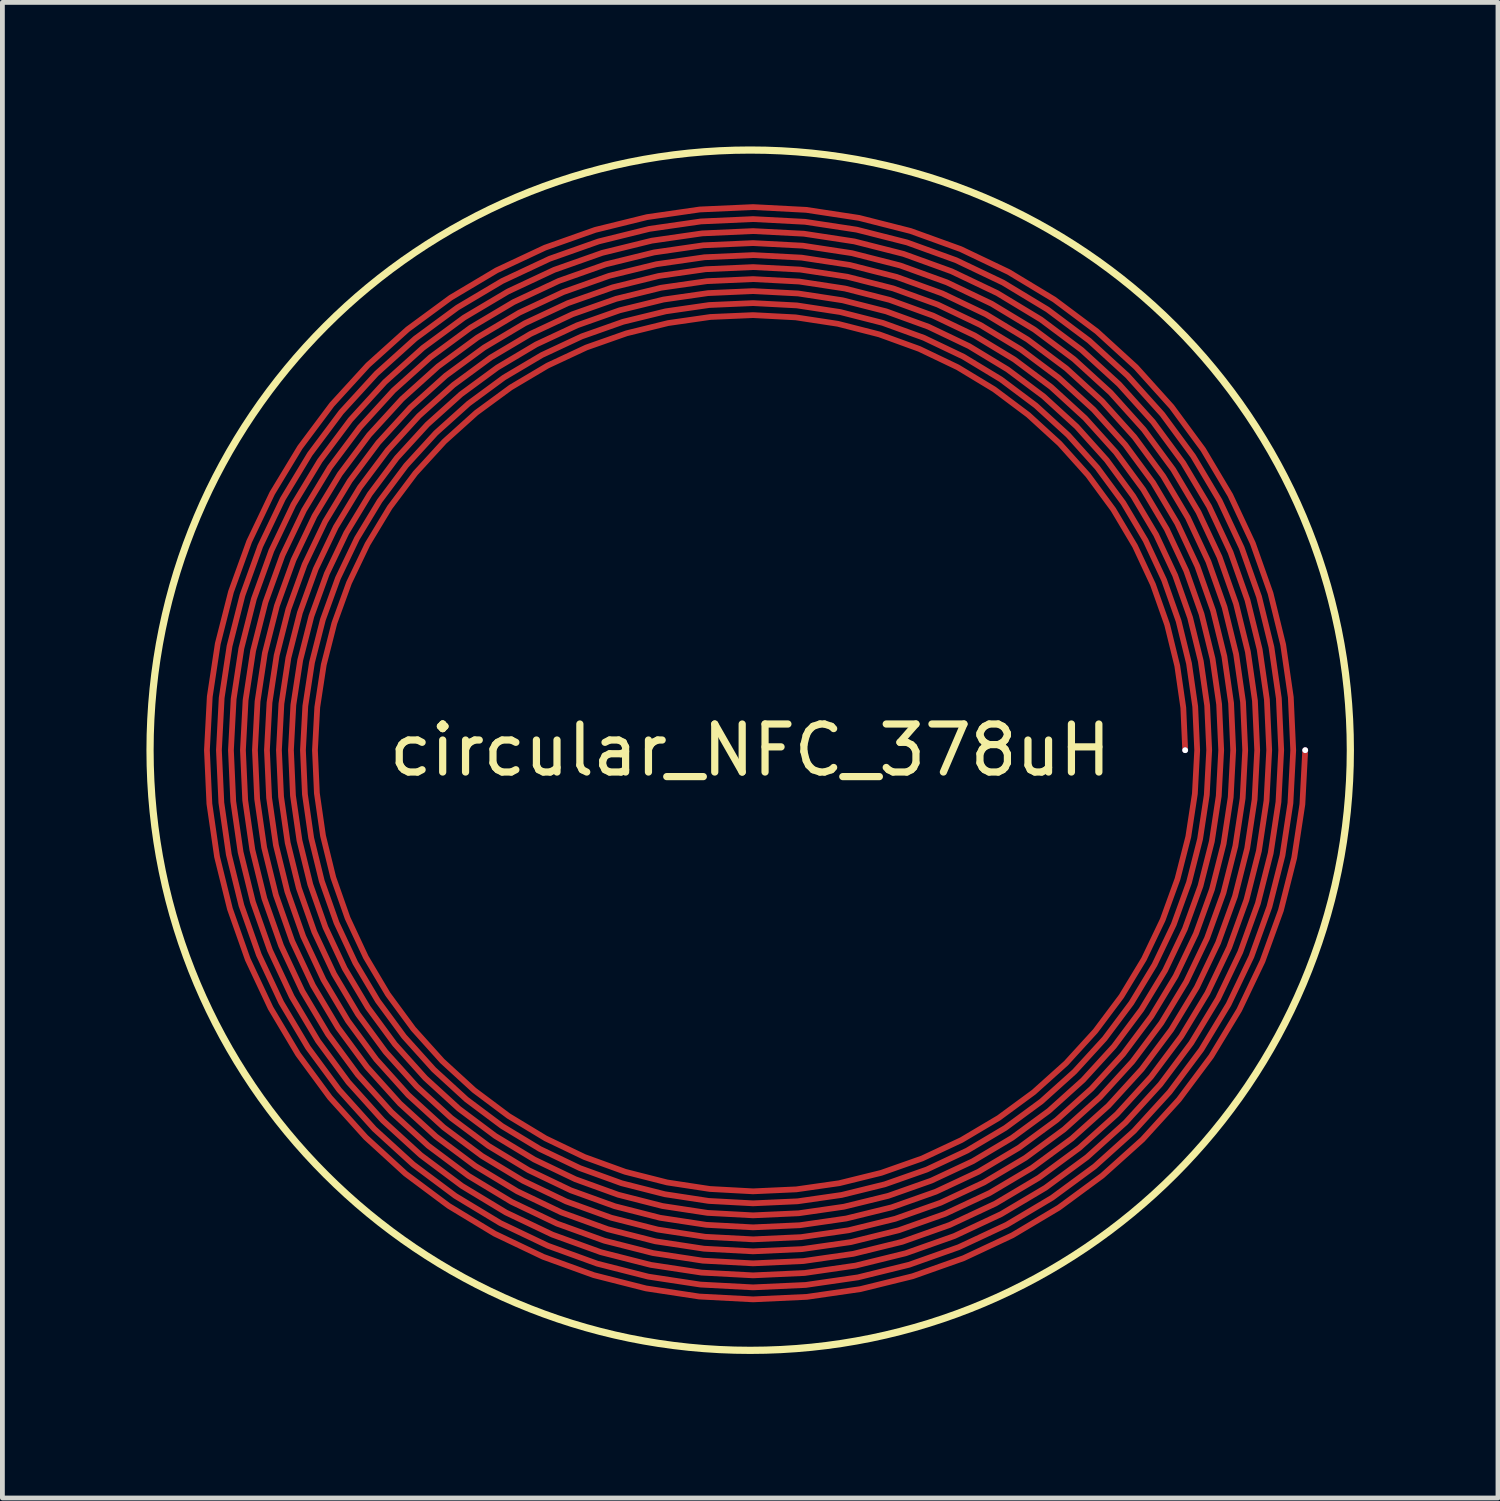
<source format=kicad_pcb>
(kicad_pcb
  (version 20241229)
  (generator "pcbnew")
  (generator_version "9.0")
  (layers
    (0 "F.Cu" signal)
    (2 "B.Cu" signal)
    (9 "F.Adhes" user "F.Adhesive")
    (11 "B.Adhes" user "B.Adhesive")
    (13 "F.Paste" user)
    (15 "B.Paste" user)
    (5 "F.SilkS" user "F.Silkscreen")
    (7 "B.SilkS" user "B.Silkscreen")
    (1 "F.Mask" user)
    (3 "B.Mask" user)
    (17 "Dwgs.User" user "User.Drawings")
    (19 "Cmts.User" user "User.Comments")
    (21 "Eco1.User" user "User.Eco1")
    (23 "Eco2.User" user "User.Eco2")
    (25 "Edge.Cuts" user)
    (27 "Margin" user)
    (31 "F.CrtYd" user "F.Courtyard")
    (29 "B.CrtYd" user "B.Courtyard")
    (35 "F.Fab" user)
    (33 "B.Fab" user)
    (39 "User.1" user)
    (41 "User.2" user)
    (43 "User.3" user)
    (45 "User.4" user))
  (footprint "circular_NFC_378uH"
    (layer "F.Cu")
    (at 12.575 1.075)
    (property "Reference" "circular_NFC_378uH" (at 0 11.5 0) (layer "F.SilkS") (effects (font (size 1 1) (thickness 0.15))))
    (attr through_hole)
    (fp_circle (center 0 11.5) (end 0 24) (stroke (width 0.15) (type solid)) (fill no) (layer "F.SilkS"))
    (pad "1" thru_hole circle (at 9.06 11.5) (size 0.12 0.12) (drill 0.2) (layers "*.Cu" "*.Mask"))
    (pad "1" smd custom (at 9.06 11.5) (size 0.12 0.12) (layers "F.Cu") (options (anchor circle)) (primitives (gr_line (start 2.5 0) (end 2.441 1.127) (width 0.12)) (gr_line (start 2.441 1.127) (end 2.271 2.242) (width 0.12)) (gr_line (start 2.271 2.242) (end 1.994 3.335) (width 0.12)) (gr_line (start 1.994 3.335) (end 1.61 4.395) (width 0.12)) (gr_line (start 1.61 4.395) (end 1.125 5.412) (width 0.12)) (gr_line (start 1.125 5.412) (end 0.542 6.376) (width 0.12)) (gr_line (start 0.542 6.376) (end -0.132 7.278) (width 0.12)) (gr_line (start -0.132 7.278) (end -0.89 8.11) (width 0.12)) (gr_line (start -0.89 8.11) (end -1.727 8.862) (width 0.12)) (gr_line (start -1.727 8.862) (end -2.633 9.529) (width 0.12)) (gr_line (start -2.633 9.529) (end -3.599 10.104) (width 0.12)) (gr_line (start -3.599 10.104) (end -4.617 10.581) (width 0.12)) (gr_line (start -4.617 10.581) (end -5.676 10.956) (width 0.12)) (gr_line (start -5.676 10.956) (end -6.767 11.225) (width 0.12)) (gr_line (start -6.767 11.225) (end -7.879 11.386) (width 0.12)) (gr_line (start -7.879 11.386) (end -9 11.438) (width 0.12)) (gr_line (start -9 11.438) (end -10.121 11.379) (width 0.12)) (gr_line (start -10.121 11.379) (end -11.23 11.21) (width 0.12)) (gr_line (start -11.23 11.21) (end -12.317 10.934) (width 0.12)) (gr_line (start -12.317 10.934) (end -13.371 10.552) (width 0.12)) (gr_line (start -13.371 10.552) (end -14.382 10.07) (width 0.12)) (gr_line (start -14.382 10.07) (end -15.341 9.49) (width 0.12)) (gr_line (start -15.341 9.49) (end -16.239 8.82) (width 0.12)) (gr_line (start -16.239 8.82) (end -17.065 8.065) (width 0.12)) (gr_line (start -17.065 8.065) (end -17.814 7.234) (width 0.12)) (gr_line (start -17.814 7.234) (end -18.477 6.333) (width 0.12)) (gr_line (start -18.477 6.333) (end -19.049 5.371) (width 0.12)) (gr_line (start -19.049 5.371) (end -19.524 4.359) (width 0.12)) (gr_line (start -19.524 4.359) (end -19.896 3.305) (width 0.12)) (gr_line (start -19.896 3.305) (end -20.164 2.221) (width 0.12)) (gr_line (start -20.164 2.221) (end -20.324 1.115) (width 0.12)) (gr_line (start -20.324 1.115) (end -20.375 0) (width 0.12)) (gr_line (start -20.375 0) (end -20.316 -1.115) (width 0.12)) (gr_line (start -20.316 -1.115) (end -20.149 -2.218) (width 0.12)) (gr_line (start -20.149 -2.218) (end -19.874 -3.299) (width 0.12)) (gr_line (start -19.874 -3.299) (end -19.495 -4.347) (width 0.12)) (gr_line (start -19.495 -4.347) (end -19.015 -5.353) (width 0.12)) (gr_line (start -19.015 -5.353) (end -18.438 -6.307) (width 0.12)) (gr_line (start -18.438 -6.307) (end -17.772 -7.199) (width 0.12)) (gr_line (start -17.772 -7.199) (end -17.021 -8.021) (width 0.12)) (gr_line (start -17.021 -8.021) (end -16.194 -8.766) (width 0.12)) (gr_line (start -16.194 -8.766) (end -15.298 -9.425) (width 0.12)) (gr_line (start -15.298 -9.425) (end -14.342 -9.994) (width 0.12)) (gr_line (start -14.342 -9.994) (end -13.335 -10.466) (width 0.12)) (gr_line (start -13.335 -10.466) (end -12.287 -10.837) (width 0.12)) (gr_line (start -12.287 -10.837) (end -11.208 -11.103) (width 0.12)) (gr_line (start -11.208 -11.103) (end -10.109 -11.262) (width 0.12)) (gr_line (start -10.109 -11.262) (end -9 -11.312) (width 0.12)) (gr_line (start -9 -11.312) (end -7.892 -11.254) (width 0.12)) (gr_line (start -7.892 -11.254) (end -6.795 -11.087) (width 0.12)) (gr_line (start -6.795 -11.087) (end -5.72 -10.814) (width 0.12)) (gr_line (start -5.72 -10.814) (end -4.677 -10.437) (width 0.12)) (gr_line (start -4.677 -10.437) (end -3.677 -9.96) (width 0.12)) (gr_line (start -3.677 -9.96) (end -2.728 -9.387) (width 0.12)) (gr_line (start -2.728 -9.387) (end -1.841 -8.724) (width 0.12)) (gr_line (start -1.841 -8.724) (end -1.023 -7.977) (width 0.12)) (gr_line (start -1.023 -7.977) (end -0.282 -7.154) (width 0.12)) (gr_line (start -0.282 -7.154) (end 0.374 -6.263) (width 0.12)) (gr_line (start 0.374 -6.263) (end 0.939 -5.312) (width 0.12)) (gr_line (start 0.939 -5.312) (end 1.408 -4.311) (width 0.12)) (gr_line (start 1.408 -4.311) (end 1.777 -3.269) (width 0.12)) (gr_line (start 1.777 -3.269) (end 2.041 -2.196) (width 0.12)) (gr_line (start 2.041 -2.196) (end 2.2 -1.103) (width 0.12)) (gr_line (start 2.2 -1.103) (end 2.25 0) (width 0.12)) (gr_line (start 2.25 0) (end 2.192 1.102) (width 0.12)) (gr_line (start 2.192 1.102) (end 2.026 2.193) (width 0.12)) (gr_line (start 2.026 2.193) (end 1.754 3.262) (width 0.12)) (gr_line (start 1.754 3.262) (end 1.379 4.299) (width 0.12)) (gr_line (start 1.379 4.299) (end 0.904 5.294) (width 0.12)) (gr_line (start 0.904 5.294) (end 0.335 6.237) (width 0.12)) (gr_line (start 0.335 6.237) (end -0.325 7.12) (width 0.12)) (gr_line (start -0.325 7.12) (end -1.067 7.933) (width 0.12)) (gr_line (start -1.067 7.933) (end -1.885 8.669) (width 0.12)) (gr_line (start -1.885 8.669) (end -2.772 9.322) (width 0.12)) (gr_line (start -2.772 9.322) (end -3.717 9.884) (width 0.12)) (gr_line (start -3.717 9.884) (end -4.713 10.35) (width 0.12)) (gr_line (start -4.713 10.35) (end -5.749 10.717) (width 0.12)) (gr_line (start -5.749 10.717) (end -6.816 10.98) (width 0.12)) (gr_line (start -6.816 10.98) (end -7.903 11.138) (width 0.12)) (gr_line (start -7.903 11.138) (end -9 11.188) (width 0.12)) (gr_line (start -9 11.188) (end -10.096 11.13) (width 0.12)) (gr_line (start -10.096 11.13) (end -11.181 10.965) (width 0.12)) (gr_line (start -11.181 10.965) (end -12.244 10.695) (width 0.12)) (gr_line (start -12.244 10.695) (end -13.275 10.321) (width 0.12)) (gr_line (start -13.275 10.321) (end -14.265 9.849) (width 0.12)) (gr_line (start -14.265 9.849) (end -15.202 9.283) (width 0.12)) (gr_line (start -15.202 9.283) (end -16.08 8.627) (width 0.12)) (gr_line (start -16.08 8.627) (end -16.889 7.889) (width 0.12)) (gr_line (start -16.889 7.889) (end -17.621 7.075) (width 0.12)) (gr_line (start -17.621 7.075) (end -18.27 6.194) (width 0.12)) (gr_line (start -18.27 6.194) (end -18.829 5.253) (width 0.12)) (gr_line (start -18.829 5.253) (end -19.293 4.263) (width 0.12)) (gr_line (start -19.293 4.263) (end -19.657 3.233) (width 0.12)) (gr_line (start -19.657 3.233) (end -19.919 2.172) (width 0.12)) (gr_line (start -19.919 2.172) (end -20.075 1.091) (width 0.12)) (gr_line (start -20.075 1.091) (end -20.125 0) (width 0.12)) (gr_line (start -20.125 0) (end -20.068 -1.09) (width 0.12)) (gr_line (start -20.068 -1.09) (end -19.904 -2.169) (width 0.12)) (gr_line (start -19.904 -2.169) (end -19.635 -3.226) (width 0.12)) (gr_line (start -19.635 -3.226) (end -19.264 -4.251) (width 0.12)) (gr_line (start -19.264 -4.251) (end -18.794 -5.235) (width 0.12)) (gr_line (start -18.794 -5.235) (end -18.231 -6.168) (width 0.12)) (gr_line (start -18.231 -6.168) (end -17.579 -7.04) (width 0.12)) (gr_line (start -17.579 -7.04) (end -16.844 -7.844) (width 0.12)) (gr_line (start -16.844 -7.844) (end -16.035 -8.573) (width 0.12)) (gr_line (start -16.035 -8.573) (end -15.159 -9.218) (width 0.12)) (gr_line (start -15.159 -9.218) (end -14.224 -9.773) (width 0.12)) (gr_line (start -14.224 -9.773) (end -13.239 -10.235) (width 0.12)) (gr_line (start -13.239 -10.235) (end -12.215 -10.597) (width 0.12)) (gr_line (start -12.215 -10.597) (end -11.16 -10.858) (width 0.12)) (gr_line (start -11.16 -10.858) (end -10.085 -11.013) (width 0.12)) (gr_line (start -10.085 -11.013) (end -9 -11.062) (width 0.12)) (gr_line (start -9 -11.062) (end -7.916 -11.005) (width 0.12)) (gr_line (start -7.916 -11.005) (end -6.843 -10.842) (width 0.12)) (gr_line (start -6.843 -10.842) (end -5.792 -10.575) (width 0.12)) (gr_line (start -5.792 -10.575) (end -4.773 -10.206) (width 0.12)) (gr_line (start -4.773 -10.206) (end -3.794 -9.739) (width 0.12)) (gr_line (start -3.794 -9.739) (end -2.867 -9.179) (width 0.12)) (gr_line (start -2.867 -9.179) (end -1.999 -8.53) (width 0.12)) (gr_line (start -1.999 -8.53) (end -1.2 -7.8) (width 0.12)) (gr_line (start -1.2 -7.8) (end -0.476 -6.996) (width 0.12)) (gr_line (start -0.476 -6.996) (end 0.166 -6.124) (width 0.12)) (gr_line (start 0.166 -6.124) (end 0.718 -5.195) (width 0.12)) (gr_line (start 0.718 -5.195) (end 1.177 -4.215) (width 0.12)) (gr_line (start 1.177 -4.215) (end 1.538 -3.197) (width 0.12)) (gr_line (start 1.538 -3.197) (end 1.796 -2.148) (width 0.12)) (gr_line (start 1.796 -2.148) (end 1.951 -1.079) (width 0.12)) (gr_line (start 1.951 -1.079) (end 2 0) (width 0.12)) (gr_line (start 2 0) (end 1.943 1.078) (width 0.12)) (gr_line (start 1.943 1.078) (end 1.781 2.144) (width 0.12)) (gr_line (start 1.781 2.144) (end 1.515 3.19) (width 0.12)) (gr_line (start 1.515 3.19) (end 1.148 4.204) (width 0.12)) (gr_line (start 1.148 4.204) (end 0.684 5.176) (width 0.12)) (gr_line (start 0.684 5.176) (end 0.127 6.098) (width 0.12)) (gr_line (start 0.127 6.098) (end -0.518 6.961) (width 0.12)) (gr_line (start -0.518 6.961) (end -1.244 7.756) (width 0.12)) (gr_line (start -1.244 7.756) (end -2.044 8.476) (width 0.12)) (gr_line (start -2.044 8.476) (end -2.91 9.114) (width 0.12)) (gr_line (start -2.91 9.114) (end -3.835 9.663) (width 0.12)) (gr_line (start -3.835 9.663) (end -4.808 10.119) (width 0.12)) (gr_line (start -4.808 10.119) (end -5.822 10.478) (width 0.12)) (gr_line (start -5.822 10.478) (end -6.865 10.735) (width 0.12)) (gr_line (start -6.865 10.735) (end -7.928 10.889) (width 0.12)) (gr_line (start -7.928 10.889) (end -9 10.938) (width 0.12)) (gr_line (start -9 10.938) (end -10.072 10.881) (width 0.12)) (gr_line (start -10.072 10.881) (end -11.132 10.72) (width 0.12)) (gr_line (start -11.132 10.72) (end -12.172 10.455) (width 0.12)) (gr_line (start -12.172 10.455) (end -13.18 10.09) (width 0.12)) (gr_line (start -13.18 10.09) (end -14.147 9.629) (width 0.12)) (gr_line (start -14.147 9.629) (end -15.064 9.075) (width 0.12)) (gr_line (start -15.064 9.075) (end -15.921 8.434) (width 0.12)) (gr_line (start -15.921 8.434) (end -16.712 7.712) (width 0.12)) (gr_line (start -16.712 7.712) (end -17.428 6.916) (width 0.12)) (gr_line (start -17.428 6.916) (end -18.062 6.055) (width 0.12)) (gr_line (start -18.062 6.055) (end -18.608 5.136) (width 0.12)) (gr_line (start -18.608 5.136) (end -19.062 4.168) (width 0.12)) (gr_line (start -19.062 4.168) (end -19.418 3.16) (width 0.12)) (gr_line (start -19.418 3.16) (end -19.674 2.123) (width 0.12)) (gr_line (start -19.674 2.123) (end -19.827 1.066) (width 0.12)) (gr_line (start -19.827 1.066) (end -19.875 0) (width 0.12)) (gr_line (start -19.875 0) (end -19.819 -1.066) (width 0.12)) (gr_line (start -19.819 -1.066) (end -19.658 -2.12) (width 0.12)) (gr_line (start -19.658 -2.12) (end -19.396 -3.153) (width 0.12)) (gr_line (start -19.396 -3.153) (end -19.033 -4.156) (width 0.12)) (gr_line (start -19.033 -4.156) (end -18.574 -5.117) (width 0.12)) (gr_line (start -18.574 -5.117) (end -18.023 -6.029) (width 0.12)) (gr_line (start -18.023 -6.029) (end -17.385 -6.882) (width 0.12)) (gr_line (start -17.385 -6.882) (end -16.668 -7.668) (width 0.12)) (gr_line (start -16.668 -7.668) (end -15.877 -8.379) (width 0.12)) (gr_line (start -15.877 -8.379) (end -15.02 -9.01) (width 0.12)) (gr_line (start -15.02 -9.01) (end -14.106 -9.553) (width 0.12)) (gr_line (start -14.106 -9.553) (end -13.144 -10.004) (width 0.12)) (gr_line (start -13.144 -10.004) (end -12.142 -10.358) (width 0.12)) (gr_line (start -12.142 -10.358) (end -11.111 -10.612) (width 0.12)) (gr_line (start -11.111 -10.612) (end -10.06 -10.764) (width 0.12)) (gr_line (start -10.06 -10.764) (end -9 -10.812) (width 0.12)) (gr_line (start -9 -10.812) (end -7.941 -10.757) (width 0.12)) (gr_line (start -7.941 -10.757) (end -6.892 -10.597) (width 0.12)) (gr_line (start -6.892 -10.597) (end -5.865 -10.336) (width 0.12)) (gr_line (start -5.865 -10.336) (end -4.868 -9.975) (width 0.12)) (gr_line (start -4.868 -9.975) (end -3.912 -9.519) (width 0.12)) (gr_line (start -3.912 -9.519) (end -3.006 -8.971) (width 0.12)) (gr_line (start -3.006 -8.971) (end -2.158 -8.337) (width 0.12)) (gr_line (start -2.158 -8.337) (end -1.377 -7.623) (width 0.12)) (gr_line (start -1.377 -7.623) (end -0.669 -6.837) (width 0.12)) (gr_line (start -0.669 -6.837) (end -0.042 -5.985) (width 0.12)) (gr_line (start -0.042 -5.985) (end 0.498 -5.077) (width 0.12)) (gr_line (start 0.498 -5.077) (end 0.946 -4.12) (width 0.12)) (gr_line (start 0.946 -4.12) (end 1.298 -3.124) (width 0.12)) (gr_line (start 1.298 -3.124) (end 1.551 -2.099) (width 0.12)) (gr_line (start 1.551 -2.099) (end 1.702 -1.054) (width 0.12)) (gr_line (start 1.702 -1.054) (end 1.75 0) (width 0.12)) (gr_line (start 1.75 0) (end 1.694 1.053) (width 0.12)) (gr_line (start 1.694 1.053) (end 1.536 2.096) (width 0.12)) (gr_line (start 1.536 2.096) (end 1.276 3.117) (width 0.12)) (gr_line (start 1.276 3.117) (end 0.917 4.108) (width 0.12)) (gr_line (start 0.917 4.108) (end 0.463 5.058) (width 0.12)) (gr_line (start 0.463 5.058) (end -0.081 5.959) (width 0.12)) (gr_line (start -0.081 5.959) (end -0.711 6.802) (width 0.12)) (gr_line (start -0.711 6.802) (end -1.421 7.579) (width 0.12)) (gr_line (start -1.421 7.579) (end -2.203 8.283) (width 0.12)) (gr_line (start -2.203 8.283) (end -3.049 8.906) (width 0.12)) (gr_line (start -3.049 8.906) (end -3.953 9.443) (width 0.12)) (gr_line (start -3.953 9.443) (end -4.904 9.888) (width 0.12)) (gr_line (start -4.904 9.888) (end -5.894 10.239) (width 0.12)) (gr_line (start -5.894 10.239) (end -6.913 10.49) (width 0.12)) (gr_line (start -6.913 10.49) (end -7.952 10.64) (width 0.12)) (gr_line (start -7.952 10.64) (end -9 10.688) (width 0.12)) (gr_line (start -9 10.688) (end -10.047 10.632) (width 0.12)) (gr_line (start -10.047 10.632) (end -11.084 10.474) (width 0.12)) (gr_line (start -11.084 10.474) (end -12.099 10.216) (width 0.12)) (gr_line (start -12.099 10.216) (end -13.084 9.86) (width 0.12)) (gr_line (start -13.084 9.86) (end -14.029 9.408) (width 0.12)) (gr_line (start -14.029 9.408) (end -14.925 8.867) (width 0.12)) (gr_line (start -14.925 8.867) (end -15.763 8.24) (width 0.12)) (gr_line (start -15.763 8.24) (end -16.535 7.535) (width 0.12)) (gr_line (start -16.535 7.535) (end -17.234 6.758) (width 0.12)) (gr_line (start -17.234 6.758) (end -17.854 5.916) (width 0.12)) (gr_line (start -17.854 5.916) (end -18.388 5.018) (width 0.12)) (gr_line (start -18.388 5.018) (end -18.831 4.072) (width 0.12)) (gr_line (start -18.831 4.072) (end -19.179 3.088) (width 0.12)) (gr_line (start -19.179 3.088) (end -19.429 2.074) (width 0.12)) (gr_line (start -19.429 2.074) (end -19.578 1.042) (width 0.12)) (gr_line (start -19.578 1.042) (end -19.625 0) (width 0.12)) (gr_line (start -19.625 0) (end -19.57 -1.041) (width 0.12)) (gr_line (start -19.57 -1.041) (end -19.413 -2.071) (width 0.12)) (gr_line (start -19.413 -2.071) (end -19.156 -3.081) (width 0.12)) (gr_line (start -19.156 -3.081) (end -18.802 -4.06) (width 0.12)) (gr_line (start -18.802 -4.06) (end -18.353 -4.999) (width 0.12)) (gr_line (start -18.353 -4.999) (end -17.815 -5.89) (width 0.12)) (gr_line (start -17.815 -5.89) (end -17.192 -6.723) (width 0.12)) (gr_line (start -17.192 -6.723) (end -16.491 -7.491) (width 0.12)) (gr_line (start -16.491 -7.491) (end -15.718 -8.186) (width 0.12)) (gr_line (start -15.718 -8.186) (end -14.881 -8.802) (width 0.12)) (gr_line (start -14.881 -8.802) (end -13.988 -9.333) (width 0.12)) (gr_line (start -13.988 -9.333) (end -13.048 -9.773) (width 0.12)) (gr_line (start -13.048 -9.773) (end -12.07 -10.119) (width 0.12)) (gr_line (start -12.07 -10.119) (end -11.062 -10.367) (width 0.12)) (gr_line (start -11.062 -10.367) (end -10.036 -10.516) (width 0.12)) (gr_line (start -10.036 -10.516) (end -9 -10.562) (width 0.12)) (gr_line (start -9 -10.562) (end -7.965 -10.508) (width 0.12)) (gr_line (start -7.965 -10.508) (end -6.941 -10.352) (width 0.12)) (gr_line (start -6.941 -10.352) (end -5.937 -10.096) (width 0.12)) (gr_line (start -5.937 -10.096) (end -4.964 -9.744) (width 0.12)) (gr_line (start -4.964 -9.744) (end -4.03 -9.298) (width 0.12)) (gr_line (start -4.03 -9.298) (end -3.145 -8.763) (width 0.12)) (gr_line (start -3.145 -8.763) (end -2.317 -8.144) (width 0.12)) (gr_line (start -2.317 -8.144) (end -1.553 -7.447) (width 0.12)) (gr_line (start -1.553 -7.447) (end -0.862 -6.678) (width 0.12)) (gr_line (start -0.862 -6.678) (end -0.25 -5.847) (width 0.12)) (gr_line (start -0.25 -5.847) (end 0.277 -4.959) (width 0.12)) (gr_line (start 0.277 -4.959) (end 0.715 -4.024) (width 0.12)) (gr_line (start 0.715 -4.024) (end 1.059 -3.051) (width 0.12)) (gr_line (start 1.059 -3.051) (end 1.306 -2.05) (width 0.12)) (gr_line (start 1.306 -2.05) (end 1.453 -1.03) (width 0.12)) (gr_line (start 1.453 -1.03) (end 1.5 0) (width 0.12)) (gr_line (start 1.5 0) (end 1.446 1.029) (width 0.12)) (gr_line (start 1.446 1.029) (end 1.291 2.047) (width 0.12)) (gr_line (start 1.291 2.047) (end 1.037 3.045) (width 0.12)) (gr_line (start 1.037 3.045) (end 0.686 4.012) (width 0.12)) (gr_line (start 0.686 4.012) (end 0.243 4.94) (width 0.12)) (gr_line (start 0.243 4.94) (end -0.289 5.82) (width 0.12)) (gr_line (start -0.289 5.82) (end -0.905 6.644) (width 0.12)) (gr_line (start -0.905 6.644) (end -1.597 7.403) (width 0.12)) (gr_line (start -1.597 7.403) (end -2.361 8.089) (width 0.12)) (gr_line (start -2.361 8.089) (end -3.188 8.698) (width 0.12)) (gr_line (start -3.188 8.698) (end -4.071 9.222) (width 0.12)) (gr_line (start -4.071 9.222) (end -5 9.657) (width 0.12)) (gr_line (start -5 9.657) (end -5.967 9.999) (width 0.12)) (gr_line (start -5.967 9.999) (end -6.962 10.245) (width 0.12)) (gr_line (start -6.962 10.245) (end -7.977 10.391) (width 0.12)) (gr_line (start -7.977 10.391) (end -9 10.438) (width 0.12)) (gr_line (start -9 10.438) (end -10.023 10.383) (width 0.12)) (gr_line (start -10.023 10.383) (end -11.035 10.229) (width 0.12)) (gr_line (start -11.035 10.229) (end -12.026 9.977) (width 0.12)) (gr_line (start -12.026 9.977) (end -12.988 9.629) (width 0.12)) (gr_line (start -12.988 9.629) (end -13.911 9.188) (width 0.12)) (gr_line (start -13.911 9.188) (end -14.786 8.659) (width 0.12)) (gr_line (start -14.786 8.659) (end -15.604 8.047) (width 0.12)) (gr_line (start -15.604 8.047) (end -16.358 7.358) (width 0.12)) (gr_line (start -16.358 7.358) (end -17.041 6.599) (width 0.12)) (gr_line (start -17.041 6.599) (end -17.646 5.777) (width 0.12)) (gr_line (start -17.646 5.777) (end -18.167 4.9) (width 0.12)) (gr_line (start -18.167 4.9) (end -18.6 3.976) (width 0.12)) (gr_line (start -18.6 3.976) (end -18.939 3.015) (width 0.12)) (gr_line (start -18.939 3.015) (end -19.183 2.026) (width 0.12)) (gr_line (start -19.183 2.026) (end -19.329 1.017) (width 0.12)) (gr_line (start -19.329 1.017) (end -19.375 0) (width 0.12)) (gr_line (start -19.375 0) (end -19.321 -1.017) (width 0.12)) (gr_line (start -19.321 -1.017) (end -19.168 -2.023) (width 0.12)) (gr_line (start -19.168 -2.023) (end -18.917 -3.008) (width 0.12)) (gr_line (start -18.917 -3.008) (end -18.571 -3.964) (width 0.12)) (gr_line (start -18.571 -3.964) (end -18.133 -4.882) (width 0.12)) (gr_line (start -18.133 -4.882) (end -17.607 -5.751) (width 0.12)) (gr_line (start -17.607 -5.751) (end -16.999 -6.564) (width 0.12)) (gr_line (start -16.999 -6.564) (end -16.314 -7.314) (width 0.12)) (gr_line (start -16.314 -7.314) (end -15.56 -7.993) (width 0.12)) (gr_line (start -15.56 -7.993) (end -14.742 -8.594) (width 0.12)) (gr_line (start -14.742 -8.594) (end -13.87 -9.112) (width 0.12)) (gr_line (start -13.87 -9.112) (end -12.952 -9.542) (width 0.12)) (gr_line (start -12.952 -9.542) (end -11.997 -9.88) (width 0.12)) (gr_line (start -11.997 -9.88) (end -11.013 -10.122) (width 0.12)) (gr_line (start -11.013 -10.122) (end -10.011 -10.267) (width 0.12)) (gr_line (start -10.011 -10.267) (end -9 -10.312) (width 0.12)) (gr_line (start -9 -10.312) (end -7.99 -10.259) (width 0.12)) (gr_line (start -7.99 -10.259) (end -6.99 -10.107) (width 0.12)) (gr_line (start -6.99 -10.107) (end -6.01 -9.857) (width 0.12)) (gr_line (start -6.01 -9.857) (end -5.06 -9.513) (width 0.12)) (gr_line (start -5.06 -9.513) (end -4.148 -9.078) (width 0.12)) (gr_line (start -4.148 -9.078) (end -3.284 -8.555) (width 0.12)) (gr_line (start -3.284 -8.555) (end -2.475 -7.951) (width 0.12)) (gr_line (start -2.475 -7.951) (end -1.73 -7.27) (width 0.12)) (gr_line (start -1.73 -7.27) (end -1.056 -6.52) (width 0.12)) (gr_line (start -1.056 -6.52) (end -0.458 -5.708) (width 0.12)) (gr_line (start -0.458 -5.708) (end 0.057 -4.841) (width 0.12)) (gr_line (start 0.057 -4.841) (end 0.484 -3.928) (width 0.12)) (gr_line (start 0.484 -3.928) (end 0.82 -2.979) (width 0.12)) (gr_line (start 0.82 -2.979) (end 1.061 -2.001) (width 0.12)) (gr_line (start 1.061 -2.001) (end 1.205 -1.005) (width 0.12)) (gr_line (start 1.205 -1.005) (end 1.25 0) (width 0.12)) (gr_line (start 1.25 0) (end 1.197 1.004) (width 0.12)) (gr_line (start 1.197 1.004) (end 1.045 1.998) (width 0.12)) (gr_line (start 1.045 1.998) (end 0.797 2.972) (width 0.12)) (gr_line (start 0.797 2.972) (end 0.455 3.917) (width 0.12)) (gr_line (start 0.455 3.917) (end 0.022 4.823) (width 0.12)) (gr_line (start 0.022 4.823) (end -0.497 5.682) (width 0.12)) (gr_line (start -0.497 5.682) (end -1.098 6.485) (width 0.12)) (gr_line (start -1.098 6.485) (end -1.774 7.226) (width 0.12)) (gr_line (start -1.774 7.226) (end -2.52 7.896) (width 0.12)) (gr_line (start -2.52 7.896) (end -3.327 8.49) (width 0.12)) (gr_line (start -3.327 8.49) (end -4.188 9.002) (width 0.12)) (gr_line (start -4.188 9.002) (end -5.095 9.426) (width 0.12)) (gr_line (start -5.095 9.426) (end -6.039 9.76) (width 0.12)) (gr_line (start -6.039 9.76) (end -7.011 9.999) (width 0.12)) (gr_line (start -7.011 9.999) (end -8.001 10.142) (width 0.12)) (gr_line (start -8.001 10.142) (end -9 10.188) (width 0.12)) (gr_line (start -9 10.188) (end -9.998 10.135) (width 0.12)) (gr_line (start -9.998 10.135) (end -10.986 9.984) (width 0.12)) (gr_line (start -10.986 9.984) (end -11.954 9.738) (width 0.12)) (gr_line (start -11.954 9.738) (end -12.893 9.398) (width 0.12)) (gr_line (start -12.893 9.398) (end -13.793 8.967) (width 0.12)) (gr_line (start -13.793 8.967) (end -14.647 8.451) (width 0.12)) (gr_line (start -14.647 8.451) (end -15.446 7.854) (width 0.12)) (gr_line (start -15.446 7.854) (end -16.182 7.182) (width 0.12)) (gr_line (start -16.182 7.182) (end -16.848 6.441) (width 0.12)) (gr_line (start -16.848 6.441) (end -17.438 5.638) (width 0.12)) (gr_line (start -17.438 5.638) (end -17.947 4.782) (width 0.12)) (gr_line (start -17.947 4.782) (end -18.369 3.881) (width 0.12)) (gr_line (start -18.369 3.881) (end -18.7 2.943) (width 0.12)) (gr_line (start -18.7 2.943) (end -18.938 1.977) (width 0.12)) (gr_line (start -18.938 1.977) (end -19.08 0.993) (width 0.12)) (gr_line (start -19.08 0.993) (end -19.125 0) (width 0.12)) (gr_line (start -19.125 0) (end -19.072 -0.992) (width 0.12)) (gr_line (start -19.072 -0.992) (end -18.923 -1.974) (width 0.12)) (gr_line (start -18.923 -1.974) (end -18.678 -2.936) (width 0.12)) (gr_line (start -18.678 -2.936) (end -18.34 -3.869) (width 0.12)) (gr_line (start -18.34 -3.869) (end -17.912 -4.764) (width 0.12)) (gr_line (start -17.912 -4.764) (end -17.399 -5.612) (width 0.12)) (gr_line (start -17.399 -5.612) (end -16.806 -6.406) (width 0.12)) (gr_line (start -16.806 -6.406) (end -16.137 -7.137) (width 0.12)) (gr_line (start -16.137 -7.137) (end -15.401 -7.8) (width 0.12)) (gr_line (start -15.401 -7.8) (end -14.603 -8.386) (width 0.12)) (gr_line (start -14.603 -8.386) (end -13.753 -8.892) (width 0.12)) (gr_line (start -13.753 -8.892) (end -12.857 -9.311) (width 0.12)) (gr_line (start -12.857 -9.311) (end -11.924 -9.64) (width 0.12)) (gr_line (start -11.924 -9.64) (end -10.965 -9.877) (width 0.12)) (gr_line (start -10.965 -9.877) (end -9.987 -10.018) (width 0.12)) (gr_line (start -9.987 -10.018) (end -9 -10.062) (width 0.12)) (gr_line (start -9 -10.062) (end -8.014 -10.01) (width 0.12)) (gr_line (start -8.014 -10.01) (end -7.038 -9.861) (width 0.12)) (gr_line (start -7.038 -9.861) (end -6.082 -9.618) (width 0.12)) (gr_line (start -6.082 -9.618) (end -5.155 -9.282) (width 0.12)) (gr_line (start -5.155 -9.282) (end -4.266 -8.857) (width 0.12)) (gr_line (start -4.266 -8.857) (end -3.423 -8.347) (width 0.12)) (gr_line (start -3.423 -8.347) (end -2.634 -7.757) (width 0.12)) (gr_line (start -2.634 -7.757) (end -1.907 -7.093) (width 0.12)) (gr_line (start -1.907 -7.093) (end -1.249 -6.361) (width 0.12)) (gr_line (start -1.249 -6.361) (end -0.666 -5.569) (width 0.12)) (gr_line (start -0.666 -5.569) (end -0.164 -4.723) (width 0.12)) (gr_line (start -0.164 -4.723) (end 0.253 -3.833) (width 0.12)) (gr_line (start 0.253 -3.833) (end 0.581 -2.906) (width 0.12)) (gr_line (start 0.581 -2.906) (end 0.816 -1.952) (width 0.12)) (gr_line (start 0.816 -1.952) (end 0.956 -0.981) (width 0.12)) (gr_line (start 0.956 -0.981) (end 1 0) (width 0.12)) (gr_line (start 1 0) (end 0.948 0.98) (width 0.12)) (gr_line (start 0.948 0.98) (end 0.8 1.949) (width 0.12)) (gr_line (start 0.8 1.949) (end 0.558 2.899) (width 0.12)) (gr_line (start 0.558 2.899) (end 0.224 3.821) (width 0.12)) (gr_line (start 0.224 3.821) (end -0.198 4.705) (width 0.12)) (gr_line (start -0.198 4.705) (end -0.705 5.543) (width 0.12)) (gr_line (start -0.705 5.543) (end -1.291 6.327) (width 0.12)) (gr_line (start -1.291 6.327) (end -1.951 7.049) (width 0.12)) (gr_line (start -1.951 7.049) (end -2.678 7.703) (width 0.12)) (gr_line (start -2.678 7.703) (end -3.466 8.282) (width 0.12)) (gr_line (start -3.466 8.282) (end -4.306 8.781) (width 0.12)) (gr_line (start -4.306 8.781) (end -5.191 9.195) (width 0.12)) (gr_line (start -5.191 9.195) (end -6.112 9.521) (width 0.12)) (gr_line (start -6.112 9.521) (end -7.06 9.754) (width 0.12)) (gr_line (start -7.06 9.754) (end -8.026 9.894) (width 0.12)) (gr_line (start -8.026 9.894) (end -9 9.938) (width 0.12)) (gr_line (start -9 9.938) (end -9.974 9.886) (width 0.12)) (gr_line (start -9.974 9.886) (end -10.937 9.739) (width 0.12)) (gr_line (start -10.937 9.739) (end -11.881 9.498) (width 0.12)) (gr_line (start -11.881 9.498) (end -12.797 9.167) (width 0.12)) (gr_line (start -12.797 9.167) (end -13.675 8.747) (width 0.12)) (gr_line (start -13.675 8.747) (end -14.508 8.243) (width 0.12)) (gr_line (start -14.508 8.243) (end -15.287 7.661) (width 0.12)) (gr_line (start -15.287 7.661) (end -16.005 7.005) (width 0.12)) (gr_line (start -16.005 7.005) (end -16.655 6.282) (width 0.12)) (gr_line (start -16.655 6.282) (end -17.23 5.499) (width 0.12)) (gr_line (start -17.23 5.499) (end -17.726 4.664) (width 0.12)) (gr_line (start -17.726 4.664) (end -18.138 3.785) (width 0.12)) (gr_line (start -18.138 3.785) (end -18.461 2.87) (width 0.12)) (gr_line (start -18.461 2.87) (end -18.693 1.928) (width 0.12)) (gr_line (start -18.693 1.928) (end -18.831 0.968) (width 0.12)) (gr_line (start -18.831 0.968) (end -18.875 0) (width 0.12)) (gr_line (start -18.875 0) (end -18.824 -0.968) (width 0.12)) (gr_line (start -18.824 -0.968) (end -18.678 -1.925) (width 0.12)) (gr_line (start -18.678 -1.925) (end -18.439 -2.863) (width 0.12)) (gr_line (start -18.439 -2.863) (end -18.109 -3.773) (width 0.12)) (gr_line (start -18.109 -3.773) (end -17.692 -4.646) (width 0.12)) (gr_line (start -17.692 -4.646) (end -17.191 -5.473) (width 0.12)) (gr_line (start -17.191 -5.473) (end -16.612 -6.247) (width 0.12)) (gr_line (start -16.612 -6.247) (end -15.961 -6.961) (width 0.12)) (gr_line (start -15.961 -6.961) (end -15.242 -7.606) (width 0.12)) (gr_line (start -15.242 -7.606) (end -14.465 -8.178) (width 0.12)) (gr_line (start -14.465 -8.178) (end -13.635 -8.671) (width 0.12)) (gr_line (start -13.635 -8.671) (end -12.761 -9.08) (width 0.12)) (gr_line (start -12.761 -9.08) (end -11.852 -9.401) (width 0.12)) (gr_line (start -11.852 -9.401) (end -10.916 -9.632) (width 0.12)) (gr_line (start -10.916 -9.632) (end -9.962 -9.769) (width 0.12)) (gr_line (start -9.962 -9.769) (end -9 -9.812) (width 0.12)) (gr_line (start -9 -9.812) (end -8.039 -9.761) (width 0.12)) (gr_line (start -8.039 -9.761) (end -7.087 -9.616) (width 0.12)) (gr_line (start -7.087 -9.616) (end -6.155 -9.379) (width 0.12)) (gr_line (start -6.155 -9.379) (end -5.251 -9.051) (width 0.12)) (gr_line (start -5.251 -9.051) (end -4.384 -8.637) (width 0.12)) (gr_line (start -4.384 -8.637) (end -3.561 -8.139) (width 0.12)) (gr_line (start -3.561 -8.139) (end -2.792 -7.564) (width 0.12)) (gr_line (start -2.792 -7.564) (end -2.084 -6.916) (width 0.12)) (gr_line (start -2.084 -6.916) (end -1.442 -6.203) (width 0.12)) (gr_line (start -1.442 -6.203) (end -0.874 -5.43) (width 0.12)) (gr_line (start -0.874 -5.43) (end -0.384 -4.605) (width 0.12)) (gr_line (start -0.384 -4.605) (end 0.022 -3.737) (width 0.12)) (gr_line (start 0.022 -3.737) (end 0.341 -2.834) (width 0.12)) (gr_line (start 0.341 -2.834) (end 0.57 -1.904) (width 0.12)) (gr_line (start 0.57 -1.904) (end 0.707 -0.956) (width 0.12)) (gr_line (start 0.707 -0.956) (end 0.75 0) (width 0.12)) (gr_line (start 0.75 0) (end 0.699 0.955) (width 0.12)) (gr_line (start 0.699 0.955) (end 0.555 1.901) (width 0.12)) (gr_line (start 0.555 1.901) (end 0.319 2.827) (width 0.12)) (gr_line (start 0.319 2.827) (end -0.007 3.725) (width 0.12)) (gr_line (start -0.007 3.725) (end -0.418 4.587) (width 0.12)) (gr_line (start -0.418 4.587) (end -0.913 5.404) (width 0.12)) (gr_line (start -0.913 5.404) (end -1.484 6.168) (width 0.12)) (gr_line (start -1.484 6.168) (end -2.128 6.872) (width 0.12)) (gr_line (start -2.128 6.872) (end -2.837 7.51) (width 0.12)) (gr_line (start -2.837 7.51) (end -3.605 8.074) (width 0.12)) (gr_line (start -3.605 8.074) (end -4.424 8.561) (width 0.12)) (gr_line (start -4.424 8.561) (end -5.287 8.965) (width 0.12)) (gr_line (start -5.287 8.965) (end -6.184 9.282) (width 0.12)) (gr_line (start -6.184 9.282) (end -7.109 9.509) (width 0.12)) (gr_line (start -7.109 9.509) (end -8.05 9.645) (width 0.12)) (gr_line (start -8.05 9.645) (end -9 9.688) (width 0.12)) (gr_line (start -9 9.688) (end -9.949 9.637) (width 0.12)) (gr_line (start -9.949 9.637) (end -10.888 9.494) (width 0.12)) (gr_line (start -10.888 9.494) (end -11.809 9.259) (width 0.12)) (gr_line (start -11.809 9.259) (end -12.701 8.936) (width 0.12)) (gr_line (start -12.701 8.936) (end -13.557 8.526) (width 0.12)) (gr_line (start -13.557 8.526) (end -14.369 8.035) (width 0.12)) (gr_line (start -14.369 8.035) (end -15.128 7.467) (width 0.12)) (gr_line (start -15.128 7.467) (end -15.828 6.828) (width 0.12)) (gr_line (start -15.828 6.828) (end -16.461 6.123) (width 0.12)) (gr_line (start -16.461 6.123) (end -17.022 5.36) (width 0.12)) (gr_line (start -17.022 5.36) (end -17.506 4.546) (width 0.12)) (gr_line (start -17.506 4.546) (end -17.907 3.689) (width 0.12)) (gr_line (start -17.907 3.689) (end -18.222 2.797) (width 0.12)) (gr_line (start -18.222 2.797) (end -18.448 1.879) (width 0.12)) (gr_line (start -18.448 1.879) (end -18.583 0.944) (width 0.12)) (gr_line (start -18.583 0.944) (end -18.625 0) (width 0.12)) (gr_line (start -18.625 0) (end -18.575 -0.943) (width 0.12)) (gr_line (start -18.575 -0.943) (end -18.432 -1.876) (width 0.12)) (gr_line (start -18.432 -1.876) (end -18.199 -2.791) (width 0.12)) (gr_line (start -18.199 -2.791) (end -17.878 -3.677) (width 0.12)) (gr_line (start -17.878 -3.677) (end -17.471 -4.528) (width 0.12)) (gr_line (start -17.471 -4.528) (end -16.983 -5.334) (width 0.12)) (gr_line (start -16.983 -5.334) (end -16.419 -6.089) (width 0.12)) (gr_line (start -16.419 -6.089) (end -15.784 -6.784) (width 0.12)) (gr_line (start -15.784 -6.784) (end -15.084 -7.413) (width 0.12)) (gr_line (start -15.084 -7.413) (end -14.326 -7.97) (width 0.12)) (gr_line (start -14.326 -7.97) (end -13.517 -8.451) (width 0.12)) (gr_line (start -13.517 -8.451) (end -12.665 -8.849) (width 0.12)) (gr_line (start -12.665 -8.849) (end -11.779 -9.162) (width 0.12)) (gr_line (start -11.779 -9.162) (end -10.867 -9.386) (width 0.12)) (gr_line (start -10.867 -9.386) (end -9.938 -9.52) (width 0.12)) (gr_line (start -9.938 -9.52) (end -9 -9.562) (width 0.12)) (gr_line (start -9 -9.562) (end -8.063 -9.513) (width 0.12)) (gr_line (start -8.063 -9.513) (end -7.136 -9.371) (width 0.12)) (gr_line (start -7.136 -9.371) (end -6.228 -9.14) (width 0.12)) (gr_line (start -6.228 -9.14) (end -5.347 -8.82) (width 0.12)) (gr_line (start -5.347 -8.82) (end -4.501 -8.416) (width 0.12)) (gr_line (start -4.501 -8.416) (end -3.7 -7.931) (width 0.12)) (gr_line (start -3.7 -7.931) (end -2.951 -7.371) (width 0.12)) (gr_line (start -2.951 -7.371) (end -2.26 -6.74) (width 0.12)) (gr_line (start -2.26 -6.74) (end -1.635 -6.044) (width 0.12)) (gr_line (start -1.635 -6.044) (end -1.082 -5.291) (width 0.12)) (gr_line (start -1.082 -5.291) (end -0.605 -4.487) (width 0.12)) (gr_line (start -0.605 -4.487) (end -0.209 -3.641) (width 0.12)) (gr_line (start -0.209 -3.641) (end 0.102 -2.761) (width 0.12)) (gr_line (start 0.102 -2.761) (end 0.325 -1.855) (width 0.12)) (gr_line (start 0.325 -1.855) (end 0.458 -0.932) (width 0.12)) (gr_line (start 0.458 -0.932) (end 0.5 0) (width 0.12)) (gr_line (start 0.5 0) (end 0.45 0.931) (width 0.12)) (gr_line (start 0.45 0.931) (end 0.31 1.852) (width 0.12)) (gr_line (start 0.31 1.852) (end 0.08 2.754) (width 0.12)) (gr_line (start 0.08 2.754) (end -0.238 3.63) (width 0.12)) (gr_line (start -0.238 3.63) (end -0.639 4.469) (width 0.12)) (gr_line (start -0.639 4.469) (end -1.121 5.265) (width 0.12)) (gr_line (start -1.121 5.265) (end -1.678 6.009) (width 0.12)) (gr_line (start -1.678 6.009) (end -2.305 6.695) (width 0.12)) (gr_line (start -2.305 6.695) (end -2.996 7.316) (width 0.12)) (gr_line (start -2.996 7.316) (end -3.744 7.866) (width 0.12)) (gr_line (start -3.744 7.866) (end -4.542 8.34) (width 0.12)) (gr_line (start -4.542 8.34) (end -5.382 8.734) (width 0.12)) (gr_line (start -5.382 8.734) (end -6.257 9.042) (width 0.12)) (gr_line (start -6.257 9.042) (end -7.157 9.264) (width 0.12)) (gr_line (start -7.157 9.264) (end -8.075 9.396) (width 0.12)) (gr_line (start -8.075 9.396) (end -9 9.438) (width 0.12)) (gr_line (start -9 9.438) (end -9.925 9.388) (width 0.12)) (gr_line (start -9.925 9.388) (end -10.84 9.248) (width 0.12)) (gr_line (start -10.84 9.248) (end -11.736 9.02) (width 0.12)) (gr_line (start -11.736 9.02) (end -12.606 8.705) (width 0.12)) (gr_line (start -12.606 8.705) (end -13.44 8.306) (width 0.12)) (gr_line (start -13.44 8.306) (end -14.23 7.828) (width 0.12)) (gr_line (start -14.23 7.828) (end -14.97 7.274) (width 0.12)) (gr_line (start -14.97 7.274) (end -15.651 6.651) (width 0.12)) (gr_line (start -15.651 6.651) (end -16.268 5.965) (width 0.12)) (gr_line (start -16.268 5.965) (end -16.815 5.221) (width 0.12)) (gr_line (start -16.815 5.221) (end -17.285 4.429) (width 0.12)) (gr_line (start -17.285 4.429) (end -17.676 3.594) (width 0.12)) (gr_line (start -17.676 3.594) (end -17.983 2.725) (width 0.12)) (gr_line (start -17.983 2.725) (end -18.203 1.83) (width 0.12)) (gr_line (start -18.203 1.83) (end -18.334 0.919) (width 0.12)) (gr_line (start -18.334 0.919) (end -18.375 0) (width 0.12)) (gr_line (start -18.375 0) (end -18.326 -0.919) (width 0.12)) (gr_line (start -18.326 -0.919) (end -18.187 -1.827) (width 0.12)) (gr_line (start -18.187 -1.827) (end -17.96 -2.718) (width 0.12)) (gr_line (start -17.96 -2.718) (end -17.647 -3.582) (width 0.12)) (gr_line (start -17.647 -3.582) (end -17.251 -4.41) (width 0.12)) (gr_line (start -17.251 -4.41) (end -16.776 -5.195) (width 0.12)) (gr_line (start -16.776 -5.195) (end -16.226 -5.93) (width 0.12)) (gr_line (start -16.226 -5.93) (end -15.607 -6.607) (width 0.12)) (gr_line (start -15.607 -6.607) (end -14.925 -7.22) (width 0.12)) (gr_line (start -14.925 -7.22) (end -14.187 -7.763) (width 0.12)) (gr_line (start -14.187 -7.763) (end -13.399 -8.23) (width 0.12)) (gr_line (start -13.399 -8.23) (end -12.57 -8.618) (width 0.12)) (gr_line (start -12.57 -8.618) (end -11.707 -8.923) (width 0.12)) (gr_line (start -11.707 -8.923) (end -10.818 -9.141) (width 0.12)) (gr_line (start -10.818 -9.141) (end -9.913 -9.272) (width 0.12)) (gr_line (start -9.913 -9.272) (end -9 -9.312) (width 0.12)) (gr_line (start -9 -9.312) (end -8.088 -9.264) (width 0.12)) (gr_line (start -8.088 -9.264) (end -7.185 -9.126) (width 0.12)) (gr_line (start -7.185 -9.126) (end -6.3 -8.9) (width 0.12)) (gr_line (start -6.3 -8.9) (end -5.442 -8.589) (width 0.12)) (gr_line (start -5.442 -8.589) (end -4.619 -8.196) (width 0.12)) (gr_line (start -4.619 -8.196) (end -3.839 -7.724) (width 0.12)) (gr_line (start -3.839 -7.724) (end -3.11 -7.178) (width 0.12)) (gr_line (start -3.11 -7.178) (end -2.437 -6.563) (width 0.12)) (gr_line (start -2.437 -6.563) (end -1.829 -5.885) (width 0.12)) (gr_line (start -1.829 -5.885) (end -1.289 -5.152) (width 0.12)) (gr_line (start -1.289 -5.152) (end -0.825 -4.37) (width 0.12)) (gr_line (start -0.825 -4.37) (end -0.44 -3.546) (width 0.12)) (gr_line (start -0.44 -3.546) (end -0.137 -2.689) (width 0.12)) (gr_line (start -0.137 -2.689) (end 0.08 -1.806) (width 0.12)) (gr_line (start 0.08 -1.806) (end 0.209 -0.907) (width 0.12)) (gr_line (start 0.209 -0.907) (end 0.25 0) (width 0.12)) (gr_line (start 0.25 0) (end 0.202 0.906) (width 0.12)) (gr_line (start 0.202 0.906) (end 0.065 1.803) (width 0.12)) (gr_line (start 0.065 1.803) (end -0.16 2.682) (width 0.12)) (gr_line (start -0.16 2.682) (end -0.469 3.534) (width 0.12)) (gr_line (start -0.469 3.534) (end -0.859 4.351) (width 0.12)) (gr_line (start -0.859 4.351) (end -1.328 5.126) (width 0.12)) (gr_line (start -1.328 5.126) (end -1.871 5.851) (width 0.12)) (gr_line (start -1.871 5.851) (end -2.481 6.519) (width 0.12)) (gr_line (start -2.481 6.519) (end -3.154 7.123) (width 0.12)) (gr_line (start -3.154 7.123) (end -3.883 7.659) (width 0.12)) (gr_line (start -3.883 7.659) (end -4.66 8.12) (width 0.12)) (gr_line (start -4.66 8.12) (end -5.478 8.503) (width 0.12)) (gr_line (start -5.478 8.503) (end -6.33 8.803) (width 0.12)) (gr_line (start -6.33 8.803) (end -7.206 9.019) (width 0.12)) (gr_line (start -7.206 9.019) (end -8.099 9.147) (width 0.12)) (gr_line (start -8.099 9.147) (end -9 9.188) (width 0.12)) (gr_line (start -9 9.188) (end -9.9 9.139) (width 0.12)) (gr_line (start -9.9 9.139) (end -10.791 9.003) (width 0.12)) (gr_line (start -10.791 9.003) (end -11.664 8.781) (width 0.12)) (gr_line (start -11.664 8.781) (end -12.51 8.474) (width 0.12)) (gr_line (start -12.51 8.474) (end -13.322 8.085) (width 0.12)) (gr_line (start -13.322 8.085) (end -14.091 7.62) (width 0.12)) (gr_line (start -14.091 7.62) (end -14.811 7.081) (width 0.12)) (gr_line (start -14.811 7.081) (end -15.474 6.474) (width 0.12)) (gr_line (start -15.474 6.474) (end -16.075 5.806) (width 0.12)) (gr_line (start -16.075 5.806) (end -16.607 5.083) (width 0.12)) (gr_line (start -16.607 5.083) (end -17.065 4.311) (width 0.12)) (gr_line (start -17.065 4.311) (end -17.445 3.498) (width 0.12)) (gr_line (start -17.445 3.498) (end -17.743 2.652) (width 0.12)) (gr_line (start -17.743 2.652) (end -17.957 1.782) (width 0.12)) (gr_line (start -17.957 1.782) (end -18.085 0.895) (width 0.12)) (gr_line (start -18.085 0.895) (end -18.125 0) (width 0.12)) (gr_line (start -18.125 0) (end -18.077 -0.894) (width 0.12)) (gr_line (start -18.077 -0.894) (end -17.942 -1.779) (width 0.12)) (gr_line (start -17.942 -1.779) (end -17.721 -2.645) (width 0.12)) (gr_line (start -17.721 -2.645) (end -17.416 -3.486) (width 0.12)) (gr_line (start -17.416 -3.486) (end -17.03 -4.292) (width 0.12)) (gr_line (start -17.03 -4.292) (end -16.568 -5.057) (width 0.12)) (gr_line (start -16.568 -5.057) (end -16.033 -5.771) (width 0.12)) (gr_line (start -16.033 -5.771) (end -15.43 -6.43) (width 0.12)) (gr_line (start -15.43 -6.43) (end -14.767 -7.027) (width 0.12)) (gr_line (start -14.767 -7.027) (end -14.048 -7.555) (width 0.12)) (gr_line (start -14.048 -7.555) (end -13.281 -8.01) (width 0.12)) (gr_line (start -13.281 -8.01) (end -12.474 -8.387) (width 0.12)) (gr_line (start -12.474 -8.387) (end -11.634 -8.683) (width 0.12)) (gr_line (start -11.634 -8.683) (end -10.77 -8.896) (width 0.12)) (gr_line (start -10.77 -8.896) (end -9.889 -9.023) (width 0.12)) (gr_line (start -9.889 -9.023) (end -9 -9.062) (width 0.12)) (gr_line (start -9 -9.062) (end -8.112 -9.015) (width 0.12)) (gr_line (start -8.112 -9.015) (end -7.234 -8.881) (width 0.12)) (gr_line (start -7.234 -8.881) (end -6.373 -8.661) (width 0.12)) (gr_line (start -6.373 -8.661) (end -5.538 -8.358) (width 0.12)) (gr_line (start -5.538 -8.358) (end -4.737 -7.975) (width 0.12)) (gr_line (start -4.737 -7.975) (end -3.978 -7.516) (width 0.12)) (gr_line (start -3.978 -7.516) (end -3.268 -6.984) (width 0.12)) (gr_line (start -3.268 -6.984) (end -2.614 -6.386) (width 0.12)) (gr_line (start -2.614 -6.386) (end -2.022 -5.727) (width 0.12)) (gr_line (start -2.022 -5.727) (end -1.497 -5.013) (width 0.12)) (gr_line (start -1.497 -5.013) (end -1.045 -4.252) (width 0.12)) (gr_line (start -1.045 -4.252) (end -0.671 -3.45) (width 0.12)) (gr_line (start -0.671 -3.45) (end -0.376 -2.616) (width 0.12)) (gr_line (start -0.376 -2.616) (end -0.165 -1.757) (width 0.12)) (gr_line (start -0.165 -1.757) (end -0.039 -0.883) (width 0.12)) (gr_line (start -0.039 -0.883) (end 0 0) (width 0.12))))
    (pad "2" thru_hole circle (at 11.56 11.5) (size 0.12 0.12) (drill 0.2) (layers "*.Cu" "*.Mask"))
    (pad "2" smd custom (at 11.56 11.5) (size 0.12 0.12) (layers "F.Cu") (options (anchor circle)) (primitives (gr_line (start 0 0) (end 0 0) (width 0.12)))))
  (gr_rect
    (start -3 -3)
    (end 28.15 28.15)
    (stroke (width 0.1) (type default))
    (fill no)
    (layer "Edge.Cuts")))
</source>
